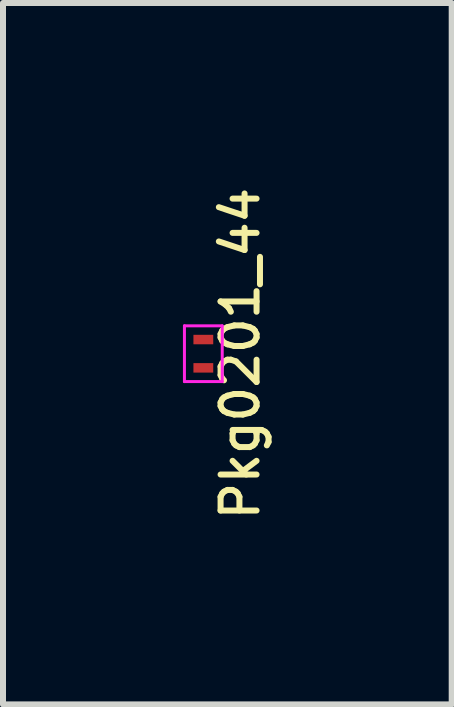
<source format=kicad_pcb>
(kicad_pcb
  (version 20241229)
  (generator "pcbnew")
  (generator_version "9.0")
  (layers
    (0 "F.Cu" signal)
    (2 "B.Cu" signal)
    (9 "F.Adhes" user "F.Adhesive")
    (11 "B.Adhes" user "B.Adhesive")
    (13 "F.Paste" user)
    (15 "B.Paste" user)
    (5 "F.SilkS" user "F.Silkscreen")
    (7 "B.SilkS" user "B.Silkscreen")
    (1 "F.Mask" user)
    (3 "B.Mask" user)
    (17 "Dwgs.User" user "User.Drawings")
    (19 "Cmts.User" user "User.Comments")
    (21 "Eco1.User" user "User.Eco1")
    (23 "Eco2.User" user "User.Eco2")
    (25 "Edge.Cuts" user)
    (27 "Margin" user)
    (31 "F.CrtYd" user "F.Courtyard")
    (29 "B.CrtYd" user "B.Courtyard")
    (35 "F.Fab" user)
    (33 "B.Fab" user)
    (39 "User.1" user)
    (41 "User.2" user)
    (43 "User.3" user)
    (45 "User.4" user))
  (footprint "Pkg0201_44"
    (layer "F.Cu")
    (at 0.34 2.847)
    (property "Reference" "Pkg0201_44" (at 0.615 0 90) (layer "F.SilkS") (effects (font (size 0.6 0.6) (thickness 0.1))))
    (fp_line (start -0.315 -0.465) (end -0.315 0.465) (stroke (width 0.05) (type solid)) (layer "F.CrtYd"))
    (fp_line (start -0.315 0.465) (end 0.315 0.465) (stroke (width 0.05) (type solid)) (layer "F.CrtYd"))
    (fp_line (start 0.315 -0.465) (end -0.315 -0.465) (stroke (width 0.05) (type solid)) (layer "F.CrtYd"))
    (fp_line (start 0.315 0.465) (end 0.315 -0.465) (stroke (width 0.05) (type solid)) (layer "F.CrtYd"))
    (pad "1" smd rect (at 0 -0.236) (size 0.33 0.158) (layers "F.Cu" "F.Mask" "F.Paste"))
    (pad "2" smd rect (at 0 0.236) (size 0.33 0.158) (layers "F.Cu" "F.Mask" "F.Paste")))
  (gr_rect
    (start -3 -3)
    (end 4.481 8.694)
    (stroke (width 0.1) (type default))
    (fill no)
    (layer "Edge.Cuts")))
</source>
